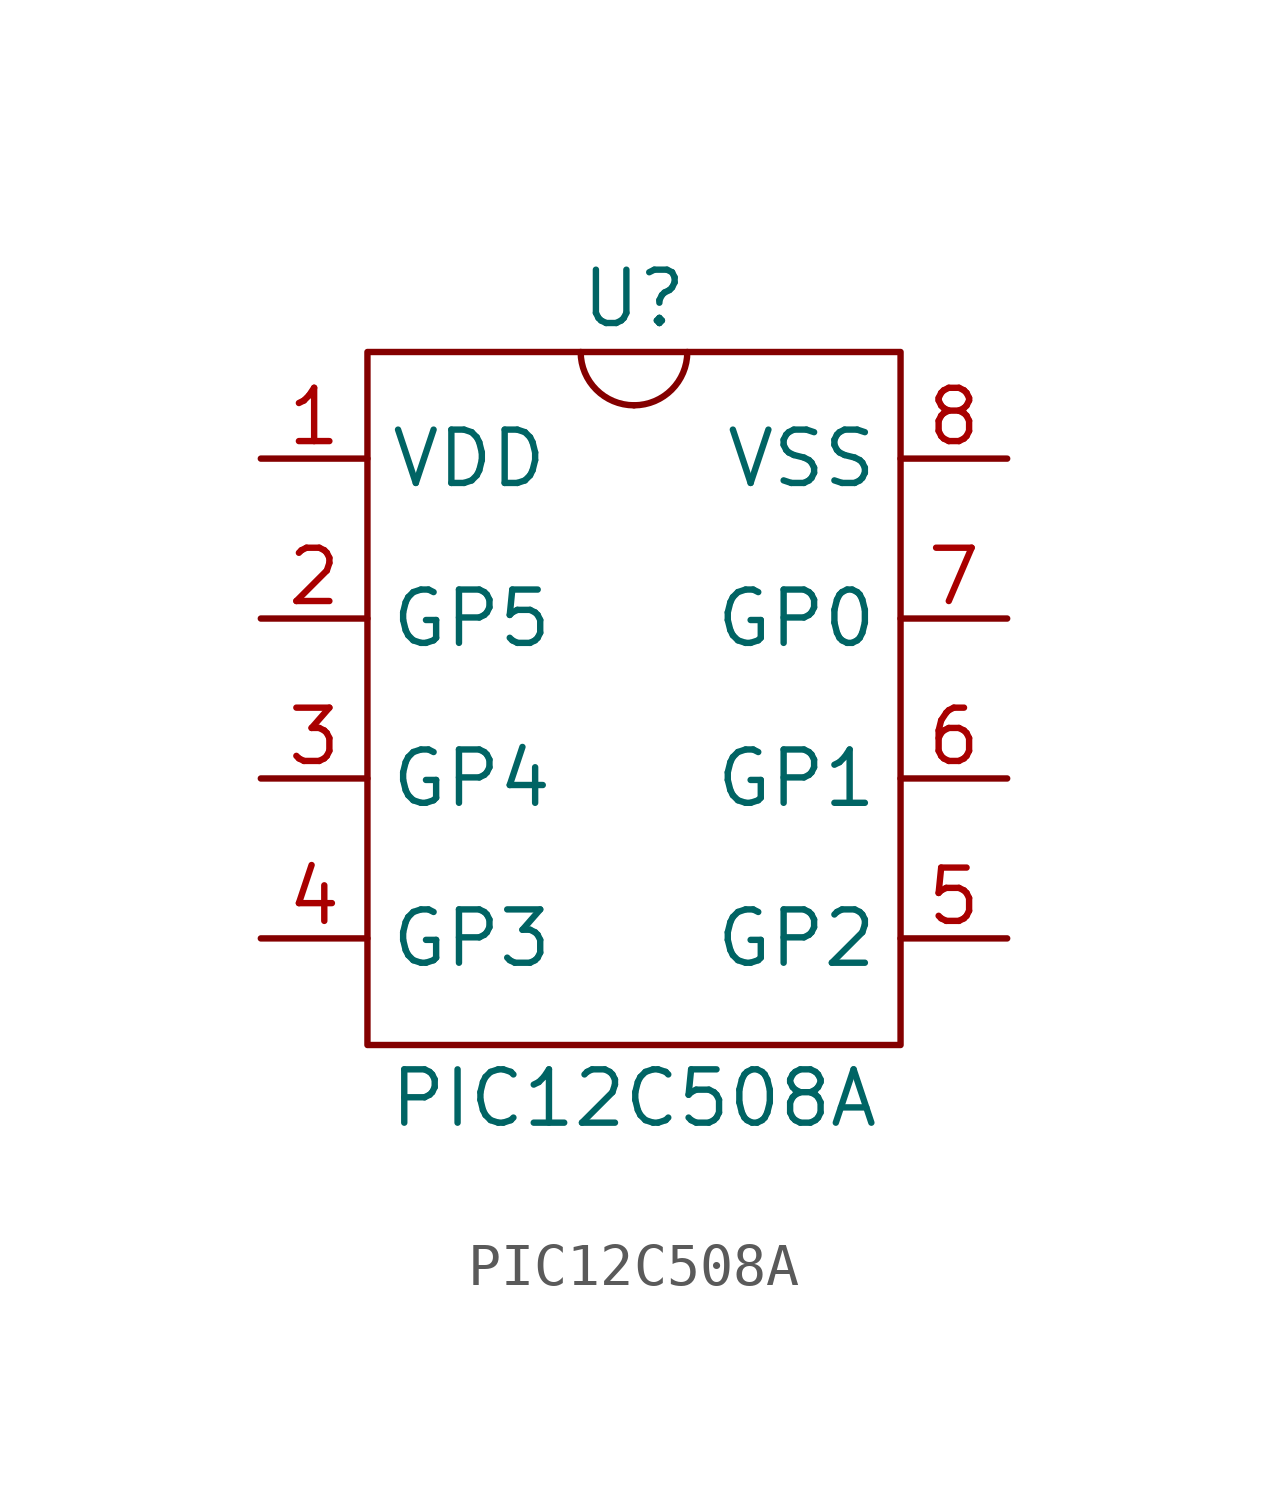
<source format=kicad_sym>
(kicad_symbol_lib
  (version 20211014)
  (generator kicad_symbol_editor)
  (symbol "PIC12C508A"
    (property "Reference" "U"
      (at 0 8.89 0)
      (effects (font (size 1.27 1.27))))
    (property "Value" "PIC12C508A"
      (at 0 -10.16 0)
      (effects (font (size 1.27 1.27))))
    (symbol "PIC12C508A_0_1"
      (rectangle (start -6.35 7.62) (end 6.35 -8.89) (stroke (width 0) (type default) (color 0 0 0 0)) (fill (type none)))
      (arc (start -1.27 7.62) (mid -0.898 6.722) (end 0 6.35) (stroke (width 0) (type default) (color 0 0 0 0)) (fill (type none)))
      (arc (start 0 6.35) (mid 0.898 6.722) (end 1.27 7.62) (stroke (width 0) (type default) (color 0 0 0 0)) (fill (type none))))
    (symbol "PIC12C508A_1_1"
      (pin input line (at -8.89 5.08 0) (length 2.54) (name "VDD" (effects (font (size 1.27 1.27)))) (number "1" (effects (font (size 1.27 1.27)))))
      (pin bidirectional line (at -8.89 1.27 0) (length 2.54) (name "GP5" (effects (font (size 1.27 1.27)))) (number "2" (effects (font (size 1.27 1.27)))))
      (pin bidirectional line (at -8.89 -2.54 0) (length 2.54) (name "GP4" (effects (font (size 1.27 1.27)))) (number "3" (effects (font (size 1.27 1.27)))))
      (pin input line (at -8.89 -6.35 0) (length 2.54) (name "GP3" (effects (font (size 1.27 1.27)))) (number "4" (effects (font (size 1.27 1.27)))))
      (pin bidirectional line (at 8.89 -6.35 180) (length 2.54) (name "GP2" (effects (font (size 1.27 1.27)))) (number "5" (effects (font (size 1.27 1.27)))))
      (pin bidirectional line (at 8.89 -2.54 180) (length 2.54) (name "GP1" (effects (font (size 1.27 1.27)))) (number "6" (effects (font (size 1.27 1.27)))))
      (pin bidirectional line (at 8.89 1.27 180) (length 2.54) (name "GP0" (effects (font (size 1.27 1.27)))) (number "7" (effects (font (size 1.27 1.27)))))
      (pin input line (at 8.89 5.08 180) (length 2.54) (name "VSS" (effects (font (size 1.27 1.27)))) (number "8" (effects (font (size 1.27 1.27))))))))
</source>
